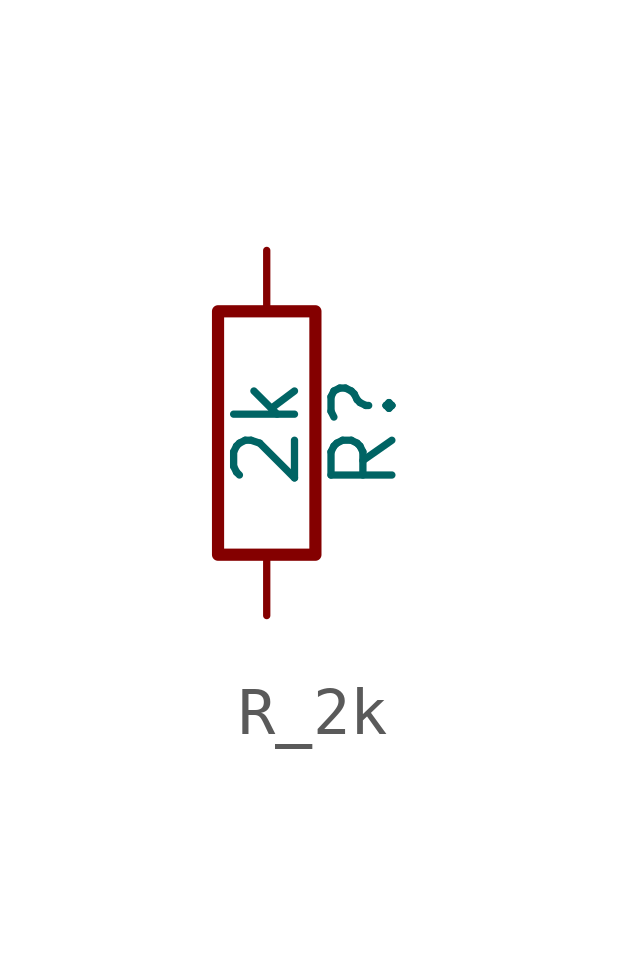
<source format=kicad_sym>
(kicad_symbol_lib
  (version 20241209)
  (generator "kicad_symbol_editor")
  (generator_version "9.0")
  (symbol "R_2k"
    (pin_numbers
      (hide yes))
    (pin_names
      (offset 0))
    (property "Reference" "R"
      (at 2.032 0 90)
      (effects (font (size 1.27 1.27))))
    (property "Value" "2k"
      (at 0 0 90)
      (effects (font (size 1.27 1.27))))
    (symbol "R_2k_0_1"
      (rectangle (start -1.016 -2.54) (end 1.016 2.54) (stroke (width 0.254) (type default)) (fill (type none))))
    (symbol "R_2k_1_1"
      (pin passive line (at 0 3.81 270) (length 1.27) (name "~" (effects (font (size 1.27 1.27)))) (number "1" (effects (font (size 1.27 1.27)))))
      (pin passive line (at 0 -3.81 90) (length 1.27) (name "~" (effects (font (size 1.27 1.27)))) (number "2" (effects (font (size 1.27 1.27))))))))
</source>
